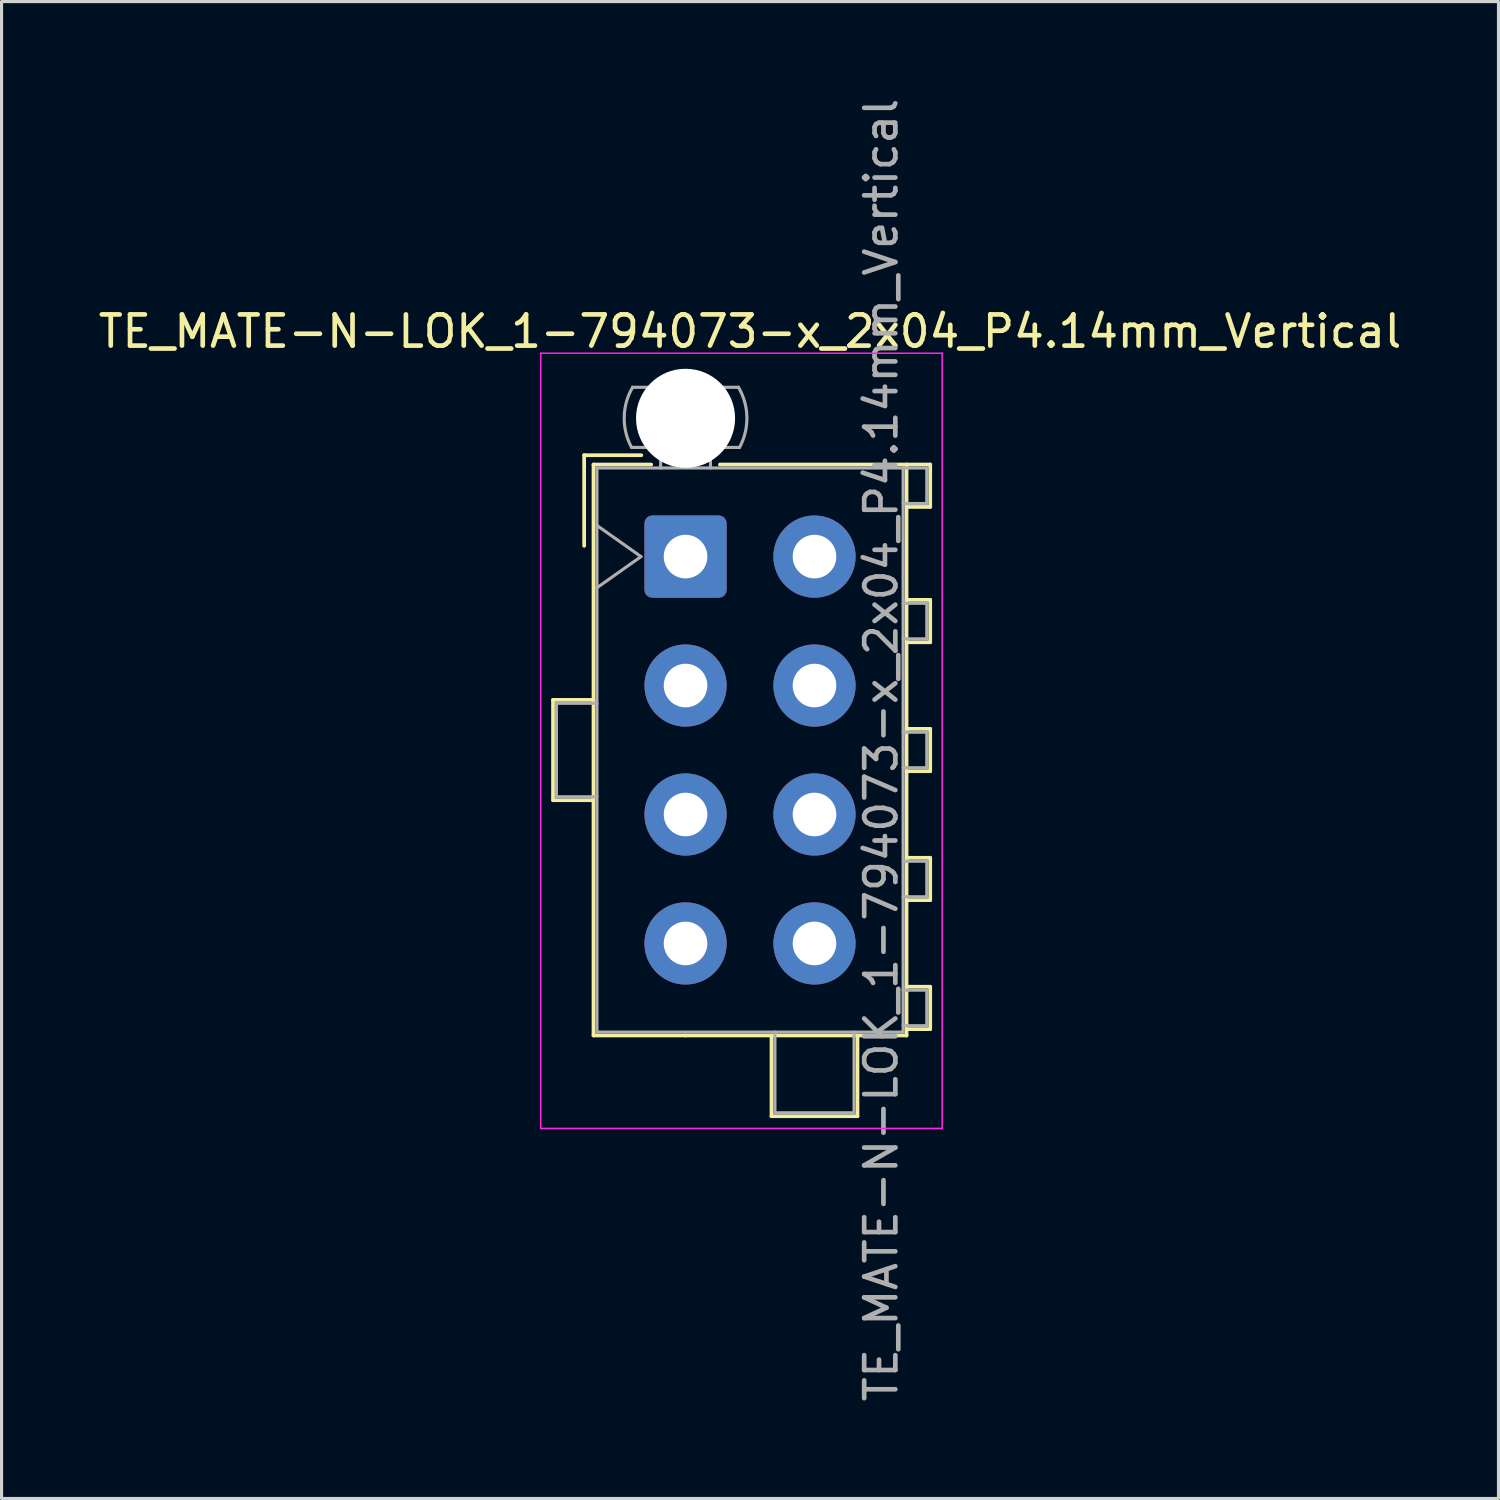
<source format=kicad_pcb>
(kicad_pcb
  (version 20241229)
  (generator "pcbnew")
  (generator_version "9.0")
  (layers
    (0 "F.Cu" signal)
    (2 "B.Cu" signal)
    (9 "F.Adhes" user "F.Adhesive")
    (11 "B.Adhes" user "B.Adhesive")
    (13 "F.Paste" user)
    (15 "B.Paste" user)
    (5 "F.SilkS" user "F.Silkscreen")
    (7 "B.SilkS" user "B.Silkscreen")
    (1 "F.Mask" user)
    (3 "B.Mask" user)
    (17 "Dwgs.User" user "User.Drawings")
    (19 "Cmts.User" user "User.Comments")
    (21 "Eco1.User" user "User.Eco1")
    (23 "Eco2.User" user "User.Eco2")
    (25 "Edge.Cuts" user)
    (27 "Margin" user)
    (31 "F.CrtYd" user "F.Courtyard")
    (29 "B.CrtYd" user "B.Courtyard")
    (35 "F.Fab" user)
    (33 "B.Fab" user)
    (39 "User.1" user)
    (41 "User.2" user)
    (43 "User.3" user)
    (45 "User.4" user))
  (footprint "TE_MATE-N-LOK_1-794073-x_2x04_P4.14mm_Vertical"
    (layer "F.Cu")
    (at 18.96 14.82)
    (property "Reference" "TE_MATE-N-LOK_1-794073-x_2x04_P4.14mm_Vertical" (at 2.07 -7.23 0) (layer "F.SilkS") (effects (font (size 1 1) (thickness 0.15))))
    (attr through_hole)
    (fp_line (start -4.255 4.6) (end -4.255 7.82) (stroke (width 0.12) (type solid)) (layer "F.SilkS"))
    (fp_line (start -4.255 7.82) (end -2.955 7.82) (stroke (width 0.12) (type solid)) (layer "F.SilkS"))
    (fp_line (start -3.255 -3.255) (end -3.255 -0.345) (stroke (width 0.12) (type solid)) (layer "F.SilkS"))
    (fp_line (start -2.955 -2.955) (end -2.955 15.375) (stroke (width 0.12) (type solid)) (layer "F.SilkS"))
    (fp_line (start -2.955 4.6) (end -4.255 4.6) (stroke (width 0.12) (type solid)) (layer "F.SilkS"))
    (fp_line (start -2.955 15.375) (end 0 15.375) (stroke (width 0.12) (type solid)) (layer "F.SilkS"))
    (fp_line (start -1.421 -3.255) (end -3.255 -3.255) (stroke (width 0.12) (type solid)) (layer "F.SilkS"))
    (fp_line (start -1.103 -2.955) (end -2.955 -2.955) (stroke (width 0.12) (type solid)) (layer "F.SilkS"))
    (fp_line (start 1.103 -2.955) (end 7.095 -2.955) (stroke (width 0.12) (type solid)) (layer "F.SilkS"))
    (fp_line (start 2.76 15.375) (end 2.76 17.966) (stroke (width 0.12) (type solid)) (layer "F.SilkS"))
    (fp_line (start 2.76 17.966) (end 5.52 17.966) (stroke (width 0.12) (type solid)) (layer "F.SilkS"))
    (fp_line (start 5.52 17.966) (end 5.52 15.375) (stroke (width 0.12) (type solid)) (layer "F.SilkS"))
    (fp_line (start 7.095 -2.955) (end 7.095 15.375) (stroke (width 0.12) (type solid)) (layer "F.SilkS"))
    (fp_line (start 7.095 -2.955) (end 7.855 -2.955) (stroke (width 0.12) (type solid)) (layer "F.SilkS"))
    (fp_line (start 7.095 1.39) (end 7.855 1.39) (stroke (width 0.12) (type solid)) (layer "F.SilkS"))
    (fp_line (start 7.095 5.53) (end 7.855 5.53) (stroke (width 0.12) (type solid)) (layer "F.SilkS"))
    (fp_line (start 7.095 9.67) (end 7.855 9.67) (stroke (width 0.12) (type solid)) (layer "F.SilkS"))
    (fp_line (start 7.095 13.81) (end 7.855 13.81) (stroke (width 0.12) (type solid)) (layer "F.SilkS"))
    (fp_line (start 7.095 15.375) (end 0 15.375) (stroke (width 0.12) (type solid)) (layer "F.SilkS"))
    (fp_line (start 7.855 -2.955) (end 7.855 -1.595) (stroke (width 0.12) (type solid)) (layer "F.SilkS"))
    (fp_line (start 7.855 -1.595) (end 7.095 -1.595) (stroke (width 0.12) (type solid)) (layer "F.SilkS"))
    (fp_line (start 7.855 1.39) (end 7.855 2.75) (stroke (width 0.12) (type solid)) (layer "F.SilkS"))
    (fp_line (start 7.855 2.75) (end 7.095 2.75) (stroke (width 0.12) (type solid)) (layer "F.SilkS"))
    (fp_line (start 7.855 5.53) (end 7.855 6.89) (stroke (width 0.12) (type solid)) (layer "F.SilkS"))
    (fp_line (start 7.855 6.89) (end 7.095 6.89) (stroke (width 0.12) (type solid)) (layer "F.SilkS"))
    (fp_line (start 7.855 9.67) (end 7.855 11.03) (stroke (width 0.12) (type solid)) (layer "F.SilkS"))
    (fp_line (start 7.855 11.03) (end 7.095 11.03) (stroke (width 0.12) (type solid)) (layer "F.SilkS"))
    (fp_line (start 7.855 13.81) (end 7.855 15.17) (stroke (width 0.12) (type solid)) (layer "F.SilkS"))
    (fp_line (start 7.855 15.17) (end 7.095 15.17) (stroke (width 0.12) (type solid)) (layer "F.SilkS"))
    (fp_line (start -4.65 -6.53) (end -4.65 18.36) (stroke (width 0.05) (type solid)) (layer "F.CrtYd"))
    (fp_line (start -4.65 18.36) (end 8.24 18.36) (stroke (width 0.05) (type solid)) (layer "F.CrtYd"))
    (fp_line (start 8.24 -6.53) (end -4.65 -6.53) (stroke (width 0.05) (type solid)) (layer "F.CrtYd"))
    (fp_line (start 8.24 18.36) (end 8.24 -6.53) (stroke (width 0.05) (type solid)) (layer "F.CrtYd"))
    (fp_line (start -4.145 4.71) (end -4.145 7.71) (stroke (width 0.1) (type solid)) (layer "F.Fab"))
    (fp_line (start -4.145 7.71) (end -2.845 7.71) (stroke (width 0.1) (type solid)) (layer "F.Fab"))
    (fp_line (start -2.845 -2.845) (end -2.845 15.265) (stroke (width 0.1) (type solid)) (layer "F.Fab"))
    (fp_line (start -2.845 -1) (end -1.431 0) (stroke (width 0.1) (type solid)) (layer "F.Fab"))
    (fp_line (start -2.845 4.71) (end -4.145 4.71) (stroke (width 0.1) (type solid)) (layer "F.Fab"))
    (fp_line (start -2.845 15.265) (end 6.985 15.265) (stroke (width 0.1) (type solid)) (layer "F.Fab"))
    (fp_line (start -1.431 0) (end -2.845 1) (stroke (width 0.1) (type solid)) (layer "F.Fab"))
    (fp_line (start -0.8 -2.845) (end -0.8 -3.505) (stroke (width 0.1) (type solid)) (layer "F.Fab"))
    (fp_line (start 0.8 -2.845) (end 0.8 -3.505) (stroke (width 0.1) (type solid)) (layer "F.Fab"))
    (fp_line (start 1.7 -5.436) (end -1.7 -5.436) (stroke (width 0.1) (type solid)) (layer "F.Fab"))
    (fp_line (start 1.734 -3.505) (end -1.734 -3.505) (stroke (width 0.1) (type solid)) (layer "F.Fab"))
    (fp_line (start 2.87 15.265) (end 2.87 17.856) (stroke (width 0.1) (type solid)) (layer "F.Fab"))
    (fp_line (start 2.87 17.856) (end 5.41 17.856) (stroke (width 0.1) (type solid)) (layer "F.Fab"))
    (fp_line (start 5.41 17.856) (end 5.41 15.265) (stroke (width 0.1) (type solid)) (layer "F.Fab"))
    (fp_line (start 6.985 -2.845) (end -2.845 -2.845) (stroke (width 0.1) (type solid)) (layer "F.Fab"))
    (fp_line (start 6.985 -2.845) (end 7.745 -2.845) (stroke (width 0.1) (type solid)) (layer "F.Fab"))
    (fp_line (start 6.985 1.5) (end 7.745 1.5) (stroke (width 0.1) (type solid)) (layer "F.Fab"))
    (fp_line (start 6.985 5.64) (end 7.745 5.64) (stroke (width 0.1) (type solid)) (layer "F.Fab"))
    (fp_line (start 6.985 9.78) (end 7.745 9.78) (stroke (width 0.1) (type solid)) (layer "F.Fab"))
    (fp_line (start 6.985 13.92) (end 7.745 13.92) (stroke (width 0.1) (type solid)) (layer "F.Fab"))
    (fp_line (start 6.985 15.265) (end 6.985 -2.845) (stroke (width 0.1) (type solid)) (layer "F.Fab"))
    (fp_line (start 7.745 -2.845) (end 7.745 -1.705) (stroke (width 0.1) (type solid)) (layer "F.Fab"))
    (fp_line (start 7.745 -1.705) (end 6.985 -1.705) (stroke (width 0.1) (type solid)) (layer "F.Fab"))
    (fp_line (start 7.745 1.5) (end 7.745 2.64) (stroke (width 0.1) (type solid)) (layer "F.Fab"))
    (fp_line (start 7.745 2.64) (end 6.985 2.64) (stroke (width 0.1) (type solid)) (layer "F.Fab"))
    (fp_line (start 7.745 5.64) (end 7.745 6.78) (stroke (width 0.1) (type solid)) (layer "F.Fab"))
    (fp_line (start 7.745 6.78) (end 6.985 6.78) (stroke (width 0.1) (type solid)) (layer "F.Fab"))
    (fp_line (start 7.745 9.78) (end 7.745 10.92) (stroke (width 0.1) (type solid)) (layer "F.Fab"))
    (fp_line (start 7.745 10.92) (end 6.985 10.92) (stroke (width 0.1) (type solid)) (layer "F.Fab"))
    (fp_line (start 7.745 13.92) (end 7.745 15.06) (stroke (width 0.1) (type solid)) (layer "F.Fab"))
    (fp_line (start 7.745 15.06) (end 6.985 15.06) (stroke (width 0.1) (type solid)) (layer "F.Fab"))
    (fp_arc (start -1.733977 -3.505) (mid -1.96969 -4.474992) (end -1.699672 -5.436) (stroke (width 0.1) (type solid)) (layer "F.Fab"))
    (fp_arc (start 1.699672 -5.436) (mid 1.969689 -4.474992) (end 1.733977 -3.505) (stroke (width 0.1) (type solid)) (layer "F.Fab"))
    (fp_text user "${REFERENCE}" (at 6.28 6.21 90) (layer "F.Fab") (effects (font (size 1 1) (thickness 0.15))))
    (pad "" np_thru_hole circle (at 0 -4.44) (size 3.18 3.18) (drill 3.18) (layers "*.Cu" "*.Mask"))
    (pad "1" thru_hole roundrect (at 0 0) (size 2.64 2.64) (drill 1.4) (layers "*.Cu" "*.Mask") (roundrect_rratio 0.095))
    (pad "2" thru_hole circle (at 0 4.14) (size 2.64 2.64) (drill 1.4) (layers "*.Cu" "*.Mask"))
    (pad "3" thru_hole circle (at 0 8.28) (size 2.64 2.64) (drill 1.4) (layers "*.Cu" "*.Mask"))
    (pad "4" thru_hole circle (at 0 12.42) (size 2.64 2.64) (drill 1.4) (layers "*.Cu" "*.Mask"))
    (pad "5" thru_hole circle (at 4.14 0) (size 2.64 2.64) (drill 1.4) (layers "*.Cu" "*.Mask"))
    (pad "6" thru_hole circle (at 4.14 4.14) (size 2.64 2.64) (drill 1.4) (layers "*.Cu" "*.Mask"))
    (pad "7" thru_hole circle (at 4.14 8.28) (size 2.64 2.64) (drill 1.4) (layers "*.Cu" "*.Mask"))
    (pad "8" thru_hole circle (at 4.14 12.42) (size 2.64 2.64) (drill 1.4) (layers "*.Cu" "*.Mask")))
  (gr_rect
    (start -3 -3)
    (end 45.06 45.06)
    (stroke (width 0.1) (type default))
    (fill no)
    (layer "Edge.Cuts")))
</source>
